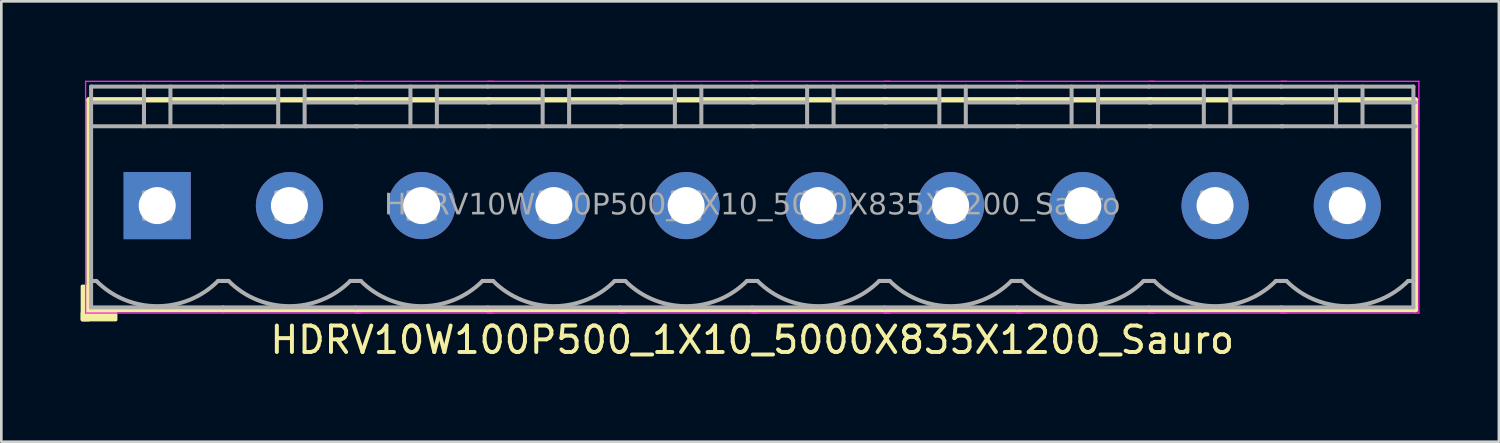
<source format=kicad_pcb>
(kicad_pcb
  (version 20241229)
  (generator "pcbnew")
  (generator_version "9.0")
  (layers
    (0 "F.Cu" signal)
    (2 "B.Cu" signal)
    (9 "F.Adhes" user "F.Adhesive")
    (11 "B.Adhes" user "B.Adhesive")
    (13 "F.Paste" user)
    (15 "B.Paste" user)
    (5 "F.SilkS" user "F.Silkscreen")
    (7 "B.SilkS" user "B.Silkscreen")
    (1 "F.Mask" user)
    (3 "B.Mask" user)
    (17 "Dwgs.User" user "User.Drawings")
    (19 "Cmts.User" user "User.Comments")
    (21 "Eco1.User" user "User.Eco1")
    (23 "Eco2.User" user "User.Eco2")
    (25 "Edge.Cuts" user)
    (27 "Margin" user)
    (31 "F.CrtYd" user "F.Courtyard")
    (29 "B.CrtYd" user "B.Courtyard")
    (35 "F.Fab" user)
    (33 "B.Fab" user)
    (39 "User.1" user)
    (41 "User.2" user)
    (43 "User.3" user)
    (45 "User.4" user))
  (footprint "HDRV10W100P500_1X10_5000X835X1200_Sauro"
    (layer "F.Cu")
    (at 25.394 4.724)
    (property "Reference" "HDRV10W100P500_1X10_5000X835X1200_Sauro" (at 0 5.08 0) (layer "F.SilkS") (effects (font (size 1 1) (thickness 0.15))))
    (attr through_hole)
    (fp_line (start -25.08 -4) (end -25.08 3.937) (stroke (width 0.203) (type solid)) (layer "F.SilkS"))
    (fp_line (start -25.08 3.937) (end -20 3.937) (stroke (width 0.203) (type solid)) (layer "F.SilkS"))
    (fp_line (start -20.005 -4) (end -25.08 -4) (stroke (width 0.203) (type solid)) (layer "F.SilkS"))
    (fp_line (start -20 3.937) (end -14.92 3.937) (stroke (width 0.203) (type solid)) (layer "F.SilkS"))
    (fp_line (start -15 3.937) (end -9.92 3.937) (stroke (width 0.203) (type solid)) (layer "F.SilkS"))
    (fp_line (start -14.93 -4) (end -20.005 -4) (stroke (width 0.203) (type solid)) (layer "F.SilkS"))
    (fp_line (start -10 3.937) (end -4.92 3.937) (stroke (width 0.203) (type solid)) (layer "F.SilkS"))
    (fp_line (start -9.93 -4) (end -15.005 -4) (stroke (width 0.203) (type solid)) (layer "F.SilkS"))
    (fp_line (start -5 3.937) (end 0.08 3.937) (stroke (width 0.203) (type solid)) (layer "F.SilkS"))
    (fp_line (start -4.93 -4) (end -10.005 -4) (stroke (width 0.203) (type solid)) (layer "F.SilkS"))
    (fp_line (start 0 3.937) (end 5.08 3.937) (stroke (width 0.203) (type solid)) (layer "F.SilkS"))
    (fp_line (start 0.07 -4) (end -5.005 -4) (stroke (width 0.203) (type solid)) (layer "F.SilkS"))
    (fp_line (start 5 3.937) (end 10.08 3.937) (stroke (width 0.203) (type solid)) (layer "F.SilkS"))
    (fp_line (start 5.07 -4) (end -0.005 -4) (stroke (width 0.203) (type solid)) (layer "F.SilkS"))
    (fp_line (start 10 3.937) (end 15.08 3.937) (stroke (width 0.203) (type solid)) (layer "F.SilkS"))
    (fp_line (start 10.07 -4) (end 4.995 -4) (stroke (width 0.203) (type solid)) (layer "F.SilkS"))
    (fp_line (start 15 3.937) (end 20.08 3.937) (stroke (width 0.203) (type solid)) (layer "F.SilkS"))
    (fp_line (start 15.07 -4) (end 9.995 -4) (stroke (width 0.203) (type solid)) (layer "F.SilkS"))
    (fp_line (start 20 3.937) (end 25.08 3.937) (stroke (width 0.203) (type solid)) (layer "F.SilkS"))
    (fp_line (start 20.07 -4) (end 14.995 -4) (stroke (width 0.203) (type solid)) (layer "F.SilkS"))
    (fp_line (start 25.07 -4) (end 19.995 -4) (stroke (width 0.203) (type solid)) (layer "F.SilkS"))
    (fp_line (start 25.07 -4) (end 25.07 3.937) (stroke (width 0.203) (type solid)) (layer "F.SilkS"))
    (fp_rect (start -25.08 3.048) (end -25.334 4.318) (stroke (width 0.12) (type solid)) (fill yes) (layer "F.SilkS"))
    (fp_rect (start -24.064 4.318) (end -25.334 4.064) (stroke (width 0.12) (type solid)) (fill yes) (layer "F.SilkS"))
    (fp_line (start -25.207 4.064) (end -25.207 -4.699) (stroke (width 0.05) (type solid)) (layer "F.CrtYd"))
    (fp_line (start -20.005 4.064) (end -25.207 4.064) (stroke (width 0.05) (type solid)) (layer "F.CrtYd"))
    (fp_line (start -20 -4.699) (end -25.207 -4.699) (stroke (width 0.05) (type solid)) (layer "F.CrtYd"))
    (fp_line (start -14.793 -4.699) (end -20 -4.699) (stroke (width 0.05) (type solid)) (layer "F.CrtYd"))
    (fp_line (start -14.793 4.064) (end -20.005 4.064) (stroke (width 0.05) (type solid)) (layer "F.CrtYd"))
    (fp_line (start -9.793 -4.699) (end -15 -4.699) (stroke (width 0.05) (type solid)) (layer "F.CrtYd"))
    (fp_line (start -9.793 4.064) (end -15.005 4.064) (stroke (width 0.05) (type solid)) (layer "F.CrtYd"))
    (fp_line (start -4.793 -4.699) (end -10 -4.699) (stroke (width 0.05) (type solid)) (layer "F.CrtYd"))
    (fp_line (start -4.793 4.064) (end -10.005 4.064) (stroke (width 0.05) (type solid)) (layer "F.CrtYd"))
    (fp_line (start 0.207 -4.699) (end -5 -4.699) (stroke (width 0.05) (type solid)) (layer "F.CrtYd"))
    (fp_line (start 0.207 4.064) (end -5.005 4.064) (stroke (width 0.05) (type solid)) (layer "F.CrtYd"))
    (fp_line (start 5.207 -4.699) (end 0 -4.699) (stroke (width 0.05) (type solid)) (layer "F.CrtYd"))
    (fp_line (start 5.207 4.064) (end -0.005 4.064) (stroke (width 0.05) (type solid)) (layer "F.CrtYd"))
    (fp_line (start 10.207 -4.699) (end 5 -4.699) (stroke (width 0.05) (type solid)) (layer "F.CrtYd"))
    (fp_line (start 10.207 4.064) (end 4.995 4.064) (stroke (width 0.05) (type solid)) (layer "F.CrtYd"))
    (fp_line (start 15.207 -4.699) (end 10 -4.699) (stroke (width 0.05) (type solid)) (layer "F.CrtYd"))
    (fp_line (start 15.207 4.064) (end 9.995 4.064) (stroke (width 0.05) (type solid)) (layer "F.CrtYd"))
    (fp_line (start 20.207 -4.699) (end 15 -4.699) (stroke (width 0.05) (type solid)) (layer "F.CrtYd"))
    (fp_line (start 20.207 4.064) (end 14.995 4.064) (stroke (width 0.05) (type solid)) (layer "F.CrtYd"))
    (fp_line (start 25.207 -4.699) (end 20 -4.699) (stroke (width 0.05) (type solid)) (layer "F.CrtYd"))
    (fp_line (start 25.207 -4.699) (end 25.207 4.064) (stroke (width 0.05) (type solid)) (layer "F.CrtYd"))
    (fp_line (start 25.207 4.064) (end 19.995 4.064) (stroke (width 0.05) (type solid)) (layer "F.CrtYd"))
    (fp_line (start -25 -4.5) (end -25 3.85) (stroke (width 0.152) (type solid)) (layer "F.Fab"))
    (fp_line (start -24.8 2.85) (end -25 2.85) (stroke (width 0.152) (type solid)) (layer "F.Fab"))
    (fp_line (start -23 -4.5) (end -23 -3) (stroke (width 0.152) (type default)) (layer "F.Fab"))
    (fp_line (start -23 -3.9) (end -25 -3.9) (stroke (width 0.152) (type solid)) (layer "F.Fab"))
    (fp_line (start -22 -4.5) (end -22 -3) (stroke (width 0.152) (type default)) (layer "F.Fab"))
    (fp_line (start -22 -3.9) (end -20 -3.9) (stroke (width 0.152) (type solid)) (layer "F.Fab"))
    (fp_line (start -20.2 2.85) (end -19.8 2.85) (stroke (width 0.152) (type solid)) (layer "F.Fab"))
    (fp_line (start -20 -4.5) (end -25 -4.5) (stroke (width 0.152) (type solid)) (layer "F.Fab"))
    (fp_line (start -20 -3) (end -25 -3) (stroke (width 0.152) (type solid)) (layer "F.Fab"))
    (fp_line (start -20 3.85) (end -25 3.85) (stroke (width 0.152) (type solid)) (layer "F.Fab"))
    (fp_line (start -20 3.85) (end -15 3.85) (stroke (width 0.152) (type solid)) (layer "F.Fab"))
    (fp_line (start -17.925 -4.5) (end -17.925 -3) (stroke (width 0.152) (type default)) (layer "F.Fab"))
    (fp_line (start -17.925 -3.9) (end -20 -3.9) (stroke (width 0.152) (type solid)) (layer "F.Fab"))
    (fp_line (start -16.925 -4.5) (end -16.925 -3) (stroke (width 0.152) (type default)) (layer "F.Fab"))
    (fp_line (start -16.925 -3.9) (end -14.925 -3.9) (stroke (width 0.152) (type solid)) (layer "F.Fab"))
    (fp_line (start -15.2 2.85) (end -14.8 2.85) (stroke (width 0.152) (type solid)) (layer "F.Fab"))
    (fp_line (start -15 -4.5) (end -20 -4.5) (stroke (width 0.152) (type solid)) (layer "F.Fab"))
    (fp_line (start -15 3.85) (end -10 3.85) (stroke (width 0.152) (type solid)) (layer "F.Fab"))
    (fp_line (start -14.925 -3) (end -20 -3) (stroke (width 0.152) (type solid)) (layer "F.Fab"))
    (fp_line (start -12.925 -4.5) (end -12.925 -3) (stroke (width 0.152) (type default)) (layer "F.Fab"))
    (fp_line (start -12.925 -3.9) (end -15 -3.9) (stroke (width 0.152) (type solid)) (layer "F.Fab"))
    (fp_line (start -11.925 -4.5) (end -11.925 -3) (stroke (width 0.152) (type default)) (layer "F.Fab"))
    (fp_line (start -11.925 -3.9) (end -9.925 -3.9) (stroke (width 0.152) (type solid)) (layer "F.Fab"))
    (fp_line (start -10.2 2.85) (end -9.8 2.85) (stroke (width 0.152) (type solid)) (layer "F.Fab"))
    (fp_line (start -10 -4.5) (end -15 -4.5) (stroke (width 0.152) (type solid)) (layer "F.Fab"))
    (fp_line (start -10 3.85) (end -5 3.85) (stroke (width 0.152) (type solid)) (layer "F.Fab"))
    (fp_line (start -9.925 -3) (end -15 -3) (stroke (width 0.152) (type solid)) (layer "F.Fab"))
    (fp_line (start -7.925 -4.5) (end -7.925 -3) (stroke (width 0.152) (type default)) (layer "F.Fab"))
    (fp_line (start -7.925 -3.9) (end -10 -3.9) (stroke (width 0.152) (type solid)) (layer "F.Fab"))
    (fp_line (start -6.925 -4.5) (end -6.925 -3) (stroke (width 0.152) (type default)) (layer "F.Fab"))
    (fp_line (start -6.925 -3.9) (end -4.925 -3.9) (stroke (width 0.152) (type solid)) (layer "F.Fab"))
    (fp_line (start -5.2 2.85) (end -4.8 2.85) (stroke (width 0.152) (type solid)) (layer "F.Fab"))
    (fp_line (start -5 -4.5) (end -10 -4.5) (stroke (width 0.152) (type solid)) (layer "F.Fab"))
    (fp_line (start -5 3.85) (end 0 3.85) (stroke (width 0.152) (type solid)) (layer "F.Fab"))
    (fp_line (start -4.925 -3) (end -10 -3) (stroke (width 0.152) (type solid)) (layer "F.Fab"))
    (fp_line (start -2.925 -4.5) (end -2.925 -3) (stroke (width 0.152) (type default)) (layer "F.Fab"))
    (fp_line (start -2.925 -3.9) (end -5 -3.9) (stroke (width 0.152) (type solid)) (layer "F.Fab"))
    (fp_line (start -1.925 -4.5) (end -1.925 -3) (stroke (width 0.152) (type default)) (layer "F.Fab"))
    (fp_line (start -1.925 -3.9) (end 0.075 -3.9) (stroke (width 0.152) (type solid)) (layer "F.Fab"))
    (fp_line (start -0.2 2.85) (end 0.2 2.85) (stroke (width 0.152) (type solid)) (layer "F.Fab"))
    (fp_line (start 0 -4.5) (end -5 -4.5) (stroke (width 0.152) (type solid)) (layer "F.Fab"))
    (fp_line (start 0 3.85) (end 5 3.85) (stroke (width 0.152) (type solid)) (layer "F.Fab"))
    (fp_line (start 0.075 -3) (end -5 -3) (stroke (width 0.152) (type solid)) (layer "F.Fab"))
    (fp_line (start 2.075 -4.5) (end 2.075 -3) (stroke (width 0.152) (type default)) (layer "F.Fab"))
    (fp_line (start 2.075 -3.9) (end 0 -3.9) (stroke (width 0.152) (type solid)) (layer "F.Fab"))
    (fp_line (start 3.075 -4.5) (end 3.075 -3) (stroke (width 0.152) (type default)) (layer "F.Fab"))
    (fp_line (start 3.075 -3.9) (end 5.075 -3.9) (stroke (width 0.152) (type solid)) (layer "F.Fab"))
    (fp_line (start 4.8 2.85) (end 5.2 2.85) (stroke (width 0.152) (type solid)) (layer "F.Fab"))
    (fp_line (start 5 -4.5) (end 0 -4.5) (stroke (width 0.152) (type solid)) (layer "F.Fab"))
    (fp_line (start 5 3.85) (end 10 3.85) (stroke (width 0.152) (type solid)) (layer "F.Fab"))
    (fp_line (start 5.075 -3) (end 0 -3) (stroke (width 0.152) (type solid)) (layer "F.Fab"))
    (fp_line (start 7.075 -4.5) (end 7.075 -3) (stroke (width 0.152) (type default)) (layer "F.Fab"))
    (fp_line (start 7.075 -3.9) (end 5 -3.9) (stroke (width 0.152) (type solid)) (layer "F.Fab"))
    (fp_line (start 8.075 -4.5) (end 8.075 -3) (stroke (width 0.152) (type default)) (layer "F.Fab"))
    (fp_line (start 8.075 -3.9) (end 10.075 -3.9) (stroke (width 0.152) (type solid)) (layer "F.Fab"))
    (fp_line (start 9.8 2.85) (end 10.2 2.85) (stroke (width 0.152) (type solid)) (layer "F.Fab"))
    (fp_line (start 10 -4.5) (end 5 -4.5) (stroke (width 0.152) (type solid)) (layer "F.Fab"))
    (fp_line (start 10 3.85) (end 15 3.85) (stroke (width 0.152) (type solid)) (layer "F.Fab"))
    (fp_line (start 10.075 -3) (end 5 -3) (stroke (width 0.152) (type solid)) (layer "F.Fab"))
    (fp_line (start 12.075 -4.5) (end 12.075 -3) (stroke (width 0.152) (type default)) (layer "F.Fab"))
    (fp_line (start 12.075 -3.9) (end 10 -3.9) (stroke (width 0.152) (type solid)) (layer "F.Fab"))
    (fp_line (start 13.075 -4.5) (end 13.075 -3) (stroke (width 0.152) (type default)) (layer "F.Fab"))
    (fp_line (start 13.075 -3.9) (end 15.075 -3.9) (stroke (width 0.152) (type solid)) (layer "F.Fab"))
    (fp_line (start 14.8 2.85) (end 15.2 2.85) (stroke (width 0.152) (type solid)) (layer "F.Fab"))
    (fp_line (start 15 -4.5) (end 10 -4.5) (stroke (width 0.152) (type solid)) (layer "F.Fab"))
    (fp_line (start 15 3.85) (end 20 3.85) (stroke (width 0.152) (type solid)) (layer "F.Fab"))
    (fp_line (start 15.075 -3) (end 10 -3) (stroke (width 0.152) (type solid)) (layer "F.Fab"))
    (fp_line (start 17.075 -4.5) (end 17.075 -3) (stroke (width 0.152) (type default)) (layer "F.Fab"))
    (fp_line (start 17.075 -3.9) (end 15 -3.9) (stroke (width 0.152) (type solid)) (layer "F.Fab"))
    (fp_line (start 18.075 -4.5) (end 18.075 -3) (stroke (width 0.152) (type default)) (layer "F.Fab"))
    (fp_line (start 18.075 -3.9) (end 20.075 -3.9) (stroke (width 0.152) (type solid)) (layer "F.Fab"))
    (fp_line (start 19.8 2.85) (end 20.2 2.85) (stroke (width 0.152) (type solid)) (layer "F.Fab"))
    (fp_line (start 20 -4.5) (end 15 -4.5) (stroke (width 0.152) (type solid)) (layer "F.Fab"))
    (fp_line (start 20 3.85) (end 25 3.85) (stroke (width 0.152) (type solid)) (layer "F.Fab"))
    (fp_line (start 20.075 -3) (end 15 -3) (stroke (width 0.152) (type solid)) (layer "F.Fab"))
    (fp_line (start 22.075 -4.5) (end 22.075 -3) (stroke (width 0.152) (type default)) (layer "F.Fab"))
    (fp_line (start 22.075 -3.9) (end 20 -3.9) (stroke (width 0.152) (type solid)) (layer "F.Fab"))
    (fp_line (start 23.075 -4.5) (end 23.075 -3) (stroke (width 0.152) (type default)) (layer "F.Fab"))
    (fp_line (start 23.075 -3.9) (end 25.075 -3.9) (stroke (width 0.152) (type solid)) (layer "F.Fab"))
    (fp_line (start 25 -4.5) (end 20 -4.5) (stroke (width 0.152) (type solid)) (layer "F.Fab"))
    (fp_line (start 25 -4.5) (end 25 3.85) (stroke (width 0.152) (type solid)) (layer "F.Fab"))
    (fp_line (start 25 2.85) (end 24.8 2.85) (stroke (width 0.152) (type solid)) (layer "F.Fab"))
    (fp_line (start 25.075 -3) (end 20 -3) (stroke (width 0.152) (type solid)) (layer "F.Fab"))
    (fp_rect (start -23 -0.5) (end -22 0.5) (stroke (width 0.152) (type solid)) (fill no) (layer "F.Fab"))
    (fp_rect (start -18 -0.5) (end -17 0.5) (stroke (width 0.152) (type solid)) (fill no) (layer "F.Fab"))
    (fp_rect (start -13 -0.5) (end -12 0.5) (stroke (width 0.152) (type solid)) (fill no) (layer "F.Fab"))
    (fp_rect (start -8 -0.5) (end -7 0.5) (stroke (width 0.152) (type solid)) (fill no) (layer "F.Fab"))
    (fp_rect (start -3 -0.5) (end -2 0.5) (stroke (width 0.152) (type solid)) (fill no) (layer "F.Fab"))
    (fp_rect (start 2 -0.5) (end 3 0.5) (stroke (width 0.152) (type solid)) (fill no) (layer "F.Fab"))
    (fp_rect (start 7 -0.5) (end 8 0.5) (stroke (width 0.152) (type solid)) (fill no) (layer "F.Fab"))
    (fp_rect (start 12 -0.5) (end 13 0.5) (stroke (width 0.152) (type solid)) (fill no) (layer "F.Fab"))
    (fp_rect (start 17 -0.5) (end 18 0.5) (stroke (width 0.152) (type solid)) (fill no) (layer "F.Fab"))
    (fp_rect (start 22 -0.5) (end 23 0.5) (stroke (width 0.152) (type solid)) (fill no) (layer "F.Fab"))
    (fp_arc (start -20.2 2.85) (mid -22.5 3.802691) (end -24.8 2.85) (stroke (width 0.1524) (type default)) (layer "F.Fab"))
    (fp_arc (start -15.2 2.85) (mid -17.5 3.802691) (end -19.8 2.85) (stroke (width 0.1524) (type default)) (layer "F.Fab"))
    (fp_arc (start -10.2 2.85) (mid -12.5 3.802691) (end -14.8 2.85) (stroke (width 0.1524) (type default)) (layer "F.Fab"))
    (fp_arc (start -5.2 2.85) (mid -7.5 3.802691) (end -9.8 2.85) (stroke (width 0.1524) (type default)) (layer "F.Fab"))
    (fp_arc (start -0.2 2.85) (mid -2.5 3.802691) (end -4.8 2.85) (stroke (width 0.1524) (type default)) (layer "F.Fab"))
    (fp_arc (start 4.8 2.85) (mid 2.5 3.802691) (end 0.2 2.85) (stroke (width 0.1524) (type default)) (layer "F.Fab"))
    (fp_arc (start 9.8 2.85) (mid 7.5 3.802691) (end 5.2 2.85) (stroke (width 0.1524) (type default)) (layer "F.Fab"))
    (fp_arc (start 14.8 2.85) (mid 12.5 3.802691) (end 10.2 2.85) (stroke (width 0.1524) (type default)) (layer "F.Fab"))
    (fp_arc (start 19.8 2.85) (mid 17.5 3.802691) (end 15.2 2.85) (stroke (width 0.1524) (type default)) (layer "F.Fab"))
    (fp_arc (start 24.8 2.85) (mid 22.5 3.802691) (end 20.2 2.85) (stroke (width 0.1524) (type default)) (layer "F.Fab"))
    (fp_text user "${REFERENCE}" (at 0 0 0) (layer "F.Fab") (effects (font (face "Tahoma") (size 0.8 0.8) (thickness 0.15))))
    (pad "1" thru_hole rect (at -22.5 0) (size 2.54 2.54) (drill 1.4) (layers "*.Cu" "*.Mask"))
    (pad "2" thru_hole circle (at -17.5 0) (size 2.54 2.54) (drill 1.4) (layers "*.Cu" "*.Mask"))
    (pad "3" thru_hole circle (at -12.5 0) (size 2.54 2.54) (drill 1.4) (layers "*.Cu" "*.Mask"))
    (pad "4" thru_hole circle (at -7.5 0) (size 2.54 2.54) (drill 1.4) (layers "*.Cu" "*.Mask"))
    (pad "5" thru_hole circle (at -2.5 0) (size 2.54 2.54) (drill 1.4) (layers "*.Cu" "*.Mask"))
    (pad "6" thru_hole circle (at 2.5 0) (size 2.54 2.54) (drill 1.4) (layers "*.Cu" "*.Mask"))
    (pad "7" thru_hole circle (at 7.5 0) (size 2.54 2.54) (drill 1.4) (layers "*.Cu" "*.Mask"))
    (pad "8" thru_hole circle (at 12.5 0) (size 2.54 2.54) (drill 1.4) (layers "*.Cu" "*.Mask"))
    (pad "9" thru_hole circle (at 17.5 0) (size 2.54 2.54) (drill 1.4) (layers "*.Cu" "*.Mask"))
    (pad "10" thru_hole circle (at 22.5 0) (size 2.54 2.54) (drill 1.4) (layers "*.Cu" "*.Mask")))
  (gr_rect
    (start -3 -3)
    (end 53.626 13.652)
    (stroke (width 0.1) (type default))
    (fill no)
    (layer "Edge.Cuts")))
</source>
